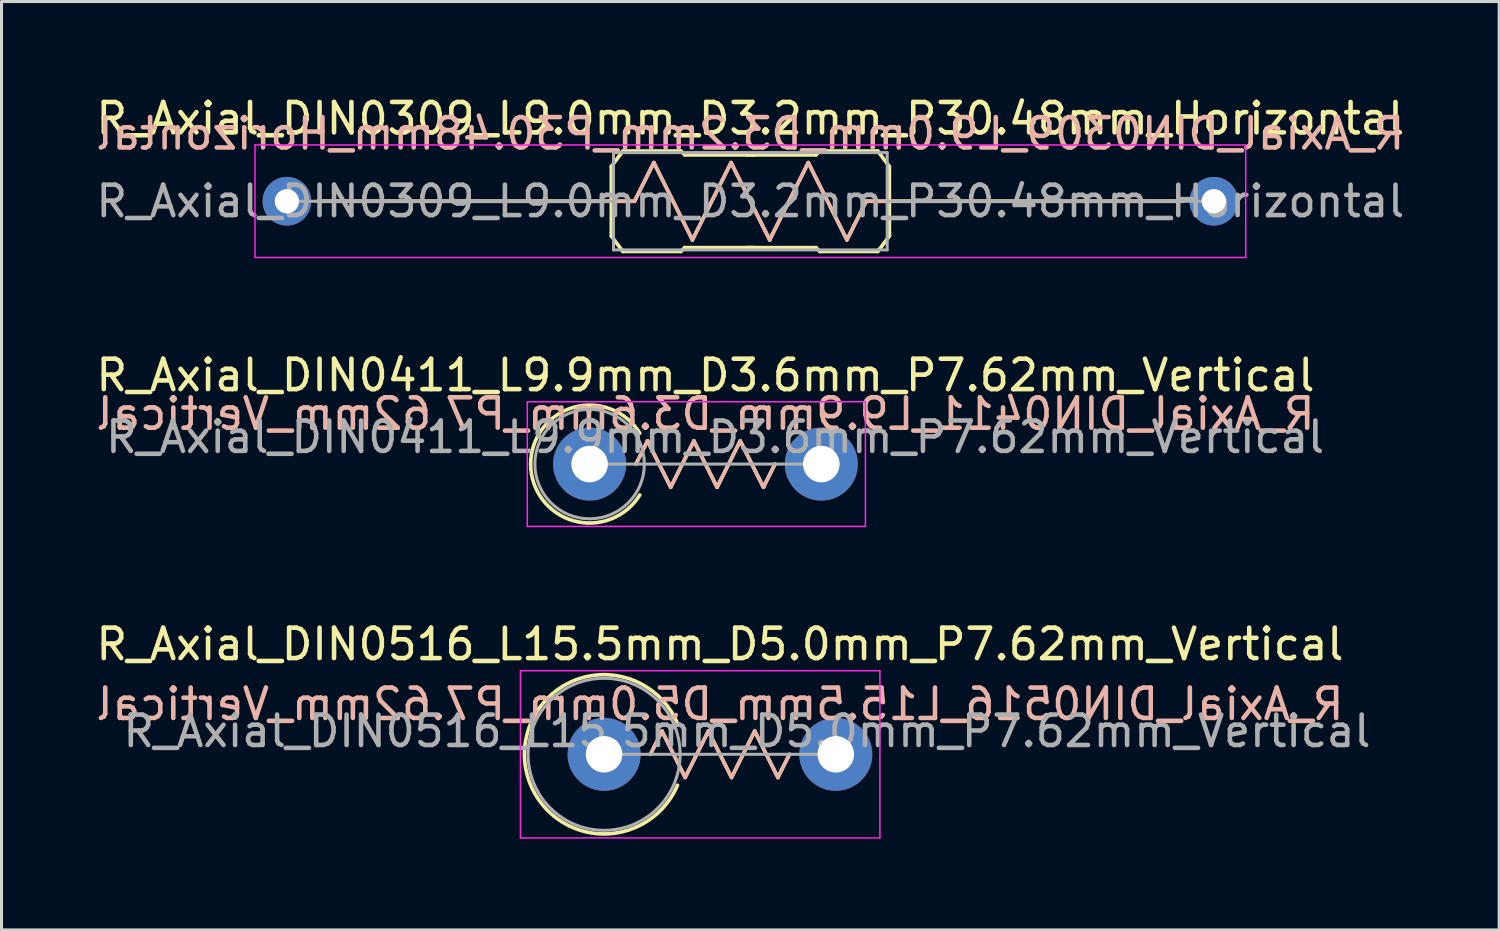
<source format=kicad_pcb>
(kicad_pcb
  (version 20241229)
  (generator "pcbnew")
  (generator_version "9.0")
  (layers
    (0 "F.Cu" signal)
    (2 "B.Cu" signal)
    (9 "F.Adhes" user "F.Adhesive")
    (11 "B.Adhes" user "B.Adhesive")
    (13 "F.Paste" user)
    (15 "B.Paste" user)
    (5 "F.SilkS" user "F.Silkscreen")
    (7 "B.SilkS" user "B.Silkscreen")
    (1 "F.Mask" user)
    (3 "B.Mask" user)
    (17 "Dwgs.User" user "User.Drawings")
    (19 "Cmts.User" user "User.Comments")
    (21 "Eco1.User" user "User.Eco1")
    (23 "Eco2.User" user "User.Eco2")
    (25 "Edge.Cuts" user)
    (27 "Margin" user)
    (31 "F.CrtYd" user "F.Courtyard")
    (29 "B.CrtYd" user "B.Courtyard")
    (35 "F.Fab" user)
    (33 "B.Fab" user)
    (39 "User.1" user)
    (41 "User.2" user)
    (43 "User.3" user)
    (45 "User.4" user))
  (footprint "R_Axial_DIN0516_L15.5mm_D5.0mm_P7.62mm_Vertical"
    (layer "F.Cu")
    (at 16.815 21.755)
    (property "Reference" "R_Axial_DIN0516_L15.5mm_D5.0mm_P7.62mm_Vertical" (at 3.81 -3.62 0) (layer "F.SilkS") (effects (font (size 1 1) (thickness 0.15))))
    (attr through_hole)
    (fp_line (start 1.524 0) (end 1.905 -0.762) (stroke (width 0.12) (type solid)) (layer "F.SilkS"))
    (fp_line (start 1.905 -0.762) (end 2.667 0.762) (stroke (width 0.12) (type solid)) (layer "F.SilkS"))
    (fp_line (start 2.667 0.762) (end 3.429 -0.762) (stroke (width 0.12) (type solid)) (layer "F.SilkS"))
    (fp_line (start 3.429 -0.762) (end 4.191 0.762) (stroke (width 0.12) (type solid)) (layer "F.SilkS"))
    (fp_line (start 4.191 0.762) (end 4.953 -0.762) (stroke (width 0.12) (type solid)) (layer "F.SilkS"))
    (fp_line (start 4.953 -0.762) (end 5.715 0.762) (stroke (width 0.12) (type solid)) (layer "F.SilkS"))
    (fp_line (start 5.715 0.762) (end 6.096 0) (stroke (width 0.12) (type solid)) (layer "F.SilkS"))
    (fp_arc (start 2.413 1.016) (mid -2.618172 0) (end 2.413 -1.016) (stroke (width 0.12) (type solid)) (layer "F.SilkS"))
    (fp_line (start 1.524 0) (end 1.905 -0.762) (stroke (width 0.12) (type solid)) (layer "B.SilkS"))
    (fp_line (start 1.905 -0.762) (end 2.667 0.762) (stroke (width 0.12) (type solid)) (layer "B.SilkS"))
    (fp_line (start 2.667 0.762) (end 3.429 -0.762) (stroke (width 0.12) (type solid)) (layer "B.SilkS"))
    (fp_line (start 3.429 -0.762) (end 4.191 0.762) (stroke (width 0.12) (type solid)) (layer "B.SilkS"))
    (fp_line (start 4.191 0.762) (end 4.953 -0.762) (stroke (width 0.12) (type solid)) (layer "B.SilkS"))
    (fp_line (start 4.953 -0.762) (end 5.715 0.762) (stroke (width 0.12) (type solid)) (layer "B.SilkS"))
    (fp_line (start 5.715 0.762) (end 6.096 0) (stroke (width 0.12) (type solid)) (layer "B.SilkS"))
    (fp_line (start -2.75 -2.75) (end -2.75 2.75) (stroke (width 0.05) (type solid)) (layer "F.CrtYd"))
    (fp_line (start -2.75 2.75) (end 9.07 2.75) (stroke (width 0.05) (type solid)) (layer "F.CrtYd"))
    (fp_line (start 9.07 -2.75) (end -2.75 -2.75) (stroke (width 0.05) (type solid)) (layer "F.CrtYd"))
    (fp_line (start 9.07 2.75) (end 9.07 -2.75) (stroke (width 0.05) (type solid)) (layer "F.CrtYd"))
    (fp_line (start 0 0) (end 7.62 0) (stroke (width 0.1) (type solid)) (layer "F.Fab"))
    (fp_circle (center 0 0) (end 2.5 0) (stroke (width 0.1) (type solid)) (fill no) (layer "F.Fab"))
    (fp_text user "${REFERENCE}" (at 3.81 -1.651 0) (unlocked yes) (layer "B.SilkS") (effects (font (size 1 1) (thickness 0.15)) (justify mirror)))
    (fp_text user "${REFERENCE}" (at 4.699 -0.762 0) (layer "F.Fab") (effects (font (size 1 1) (thickness 0.15))))
    (pad "1" thru_hole circle (at 0 0) (size 2.4 2.4) (drill 1.2) (layers "*.Cu" "*.Mask"))
    (pad "2" thru_hole oval (at 7.62 0) (size 2.4 2.4) (drill 1.2) (layers "*.Cu" "*.Mask")))
  (footprint "R_Axial_DIN0309_L9.0mm_D3.2mm_P30.48mm_Horizontal"
    (layer "F.Cu")
    (at 6.385 3.568)
    (property "Reference" "R_Axial_DIN0309_L9.0mm_D3.2mm_P30.48mm_Horizontal" (at 15.24 -2.72 0) (layer "F.SilkS") (effects (font (size 1 1) (thickness 0.15))))
    (attr through_hole)
    (fp_line (start 10.668 -1.143) (end 11.049 -1.651) (stroke (width 0.12) (type solid)) (layer "F.SilkS"))
    (fp_line (start 10.668 0) (end 1.016 0) (stroke (width 0.12) (type solid)) (layer "F.SilkS"))
    (fp_line (start 10.668 1.143) (end 10.668 -1.143) (stroke (width 0.12) (type solid)) (layer "F.SilkS"))
    (fp_line (start 10.668 1.143) (end 11.049 1.651) (stroke (width 0.12) (type solid)) (layer "F.SilkS"))
    (fp_line (start 11.049 -1.651) (end 12.954 -1.651) (stroke (width 0.12) (type solid)) (layer "F.SilkS"))
    (fp_line (start 11.049 1.651) (end 12.954 1.651) (stroke (width 0.12) (type solid)) (layer "F.SilkS"))
    (fp_line (start 11.43 0) (end 10.668 0) (stroke (width 0.12) (type solid)) (layer "F.SilkS"))
    (fp_line (start 11.43 0) (end 12.065 -1.27) (stroke (width 0.12) (type solid)) (layer "F.SilkS"))
    (fp_line (start 12.065 -1.27) (end 13.335 1.27) (stroke (width 0.12) (type solid)) (layer "F.SilkS"))
    (fp_line (start 12.954 -1.651) (end 13.081 -1.524) (stroke (width 0.12) (type solid)) (layer "F.SilkS"))
    (fp_line (start 12.954 1.651) (end 13.081 1.524) (stroke (width 0.12) (type solid)) (layer "F.SilkS"))
    (fp_line (start 13.081 -1.524) (end 15.367 -1.524) (stroke (width 0.12) (type solid)) (layer "F.SilkS"))
    (fp_line (start 13.081 1.524) (end 15.367 1.524) (stroke (width 0.12) (type solid)) (layer "F.SilkS"))
    (fp_line (start 13.335 1.27) (end 14.605 -1.27) (stroke (width 0.12) (type solid)) (layer "F.SilkS"))
    (fp_line (start 14.605 -1.27) (end 15.875 1.27) (stroke (width 0.12) (type solid)) (layer "F.SilkS"))
    (fp_line (start 15.875 1.27) (end 17.145 -1.27) (stroke (width 0.12) (type solid)) (layer "F.SilkS"))
    (fp_line (start 17.145 -1.27) (end 18.415 1.27) (stroke (width 0.12) (type solid)) (layer "F.SilkS"))
    (fp_line (start 17.399 -1.524) (end 15.113 -1.524) (stroke (width 0.12) (type solid)) (layer "F.SilkS"))
    (fp_line (start 17.399 1.524) (end 15.113 1.524) (stroke (width 0.12) (type solid)) (layer "F.SilkS"))
    (fp_line (start 17.526 -1.651) (end 17.399 -1.524) (stroke (width 0.12) (type solid)) (layer "F.SilkS"))
    (fp_line (start 17.526 1.651) (end 17.399 1.524) (stroke (width 0.12) (type solid)) (layer "F.SilkS"))
    (fp_line (start 18.415 1.27) (end 19.05 0) (stroke (width 0.12) (type solid)) (layer "F.SilkS"))
    (fp_line (start 19.05 0) (end 19.812 0) (stroke (width 0.12) (type solid)) (layer "F.SilkS"))
    (fp_line (start 19.431 -1.651) (end 17.526 -1.651) (stroke (width 0.12) (type solid)) (layer "F.SilkS"))
    (fp_line (start 19.431 1.651) (end 17.526 1.651) (stroke (width 0.12) (type solid)) (layer "F.SilkS"))
    (fp_line (start 19.812 -1.143) (end 19.431 -1.651) (stroke (width 0.12) (type solid)) (layer "F.SilkS"))
    (fp_line (start 19.812 0) (end 29.464 0) (stroke (width 0.12) (type solid)) (layer "F.SilkS"))
    (fp_line (start 19.812 1.143) (end 19.431 1.651) (stroke (width 0.12) (type solid)) (layer "F.SilkS"))
    (fp_line (start 19.812 1.143) (end 19.812 -1.143) (stroke (width 0.12) (type solid)) (layer "F.SilkS"))
    (fp_line (start 1.016 0) (end 11.43 0) (stroke (width 0.12) (type solid)) (layer "B.SilkS"))
    (fp_line (start 11.43 0) (end 12.065 -1.27) (stroke (width 0.12) (type solid)) (layer "B.SilkS"))
    (fp_line (start 12.065 -1.27) (end 13.335 1.27) (stroke (width 0.12) (type solid)) (layer "B.SilkS"))
    (fp_line (start 13.335 1.27) (end 14.605 -1.27) (stroke (width 0.12) (type solid)) (layer "B.SilkS"))
    (fp_line (start 14.605 -1.27) (end 15.875 1.27) (stroke (width 0.12) (type solid)) (layer "B.SilkS"))
    (fp_line (start 15.875 1.27) (end 17.145 -1.27) (stroke (width 0.12) (type solid)) (layer "B.SilkS"))
    (fp_line (start 17.145 -1.27) (end 18.415 1.27) (stroke (width 0.12) (type solid)) (layer "B.SilkS"))
    (fp_line (start 18.415 1.27) (end 19.05 0) (stroke (width 0.12) (type solid)) (layer "B.SilkS"))
    (fp_line (start 19.05 0) (end 29.464 0) (stroke (width 0.12) (type solid)) (layer "B.SilkS"))
    (fp_line (start -1.05 -1.85) (end -1.05 1.85) (stroke (width 0.05) (type solid)) (layer "F.CrtYd"))
    (fp_line (start -1.05 1.85) (end 31.53 1.85) (stroke (width 0.05) (type solid)) (layer "F.CrtYd"))
    (fp_line (start 31.53 -1.85) (end -1.05 -1.85) (stroke (width 0.05) (type solid)) (layer "F.CrtYd"))
    (fp_line (start 31.53 1.85) (end 31.53 -1.85) (stroke (width 0.05) (type solid)) (layer "F.CrtYd"))
    (fp_line (start 0 0) (end 10.74 0) (stroke (width 0.1) (type solid)) (layer "F.Fab"))
    (fp_line (start 10.74 -1.6) (end 10.74 1.6) (stroke (width 0.1) (type solid)) (layer "F.Fab"))
    (fp_line (start 10.74 1.6) (end 19.74 1.6) (stroke (width 0.1) (type solid)) (layer "F.Fab"))
    (fp_line (start 19.74 -1.6) (end 10.74 -1.6) (stroke (width 0.1) (type solid)) (layer "F.Fab"))
    (fp_line (start 19.74 1.6) (end 19.74 -1.6) (stroke (width 0.1) (type solid)) (layer "F.Fab"))
    (fp_line (start 30.48 0) (end 19.74 0) (stroke (width 0.1) (type solid)) (layer "F.Fab"))
    (fp_text user "${REFERENCE}" (at 15.24 -2.223 0) (unlocked yes) (layer "B.SilkS") (effects (font (size 1 1) (thickness 0.15)) (justify mirror)))
    (fp_text user "${REFERENCE}" (at 15.24 0 0) (layer "F.Fab") (effects (font (size 1 1) (thickness 0.15))))
    (pad "1" thru_hole circle (at 0 0) (size 1.6 1.6) (drill 0.8) (layers "*.Cu" "*.Mask"))
    (pad "2" thru_hole oval (at 30.48 0) (size 1.6 1.6) (drill 0.8) (layers "*.Cu" "*.Mask")))
  (footprint "R_Axial_DIN0411_L9.9mm_D3.6mm_P7.62mm_Vertical"
    (layer "F.Cu")
    (at 16.339 12.211)
    (property "Reference" "R_Axial_DIN0411_L9.9mm_D3.6mm_P7.62mm_Vertical" (at 3.81 -2.92 0) (layer "F.SilkS") (effects (font (size 1 1) (thickness 0.15))))
    (attr through_hole)
    (fp_line (start 1.524 0) (end 1.905 -0.762) (stroke (width 0.12) (type solid)) (layer "F.SilkS"))
    (fp_line (start 1.905 -0.762) (end 2.667 0.762) (stroke (width 0.12) (type solid)) (layer "F.SilkS"))
    (fp_line (start 2.667 0.762) (end 3.429 -0.762) (stroke (width 0.12) (type solid)) (layer "F.SilkS"))
    (fp_line (start 3.429 -0.762) (end 4.191 0.762) (stroke (width 0.12) (type solid)) (layer "F.SilkS"))
    (fp_line (start 4.191 0.762) (end 4.953 -0.762) (stroke (width 0.12) (type solid)) (layer "F.SilkS"))
    (fp_line (start 4.953 -0.762) (end 5.715 0.762) (stroke (width 0.12) (type solid)) (layer "F.SilkS"))
    (fp_line (start 5.715 0.762) (end 6.096 0) (stroke (width 0.12) (type solid)) (layer "F.SilkS"))
    (fp_arc (start 1.650999 1.016) (mid -1.93857 0) (end 1.650999 -1.016) (stroke (width 0.12) (type solid)) (layer "F.SilkS"))
    (fp_line (start 1.524 0) (end 1.905 -0.762) (stroke (width 0.12) (type solid)) (layer "B.SilkS"))
    (fp_line (start 1.905 -0.762) (end 2.667 0.762) (stroke (width 0.12) (type solid)) (layer "B.SilkS"))
    (fp_line (start 2.667 0.762) (end 3.429 -0.762) (stroke (width 0.12) (type solid)) (layer "B.SilkS"))
    (fp_line (start 3.429 -0.762) (end 4.191 0.762) (stroke (width 0.12) (type solid)) (layer "B.SilkS"))
    (fp_line (start 4.191 0.762) (end 4.953 -0.762) (stroke (width 0.12) (type solid)) (layer "B.SilkS"))
    (fp_line (start 4.953 -0.762) (end 5.715 0.762) (stroke (width 0.12) (type solid)) (layer "B.SilkS"))
    (fp_line (start 5.715 0.762) (end 6.096 0) (stroke (width 0.12) (type solid)) (layer "B.SilkS"))
    (fp_line (start -2.05 -2.05) (end -2.05 2.05) (stroke (width 0.05) (type solid)) (layer "F.CrtYd"))
    (fp_line (start -2.05 2.05) (end 9.07 2.05) (stroke (width 0.05) (type solid)) (layer "F.CrtYd"))
    (fp_line (start 9.07 -2.05) (end -2.05 -2.05) (stroke (width 0.05) (type solid)) (layer "F.CrtYd"))
    (fp_line (start 9.07 2.05) (end 9.07 -2.05) (stroke (width 0.05) (type solid)) (layer "F.CrtYd"))
    (fp_line (start 0 0) (end 7.62 0) (stroke (width 0.1) (type solid)) (layer "F.Fab"))
    (fp_circle (center 0 0) (end 1.8 0) (stroke (width 0.1) (type solid)) (fill no) (layer "F.Fab"))
    (fp_text user "${REFERENCE}" (at 3.81 -1.651 0) (unlocked yes) (layer "B.SilkS") (effects (font (size 1 1) (thickness 0.15)) (justify mirror)))
    (fp_text user "${REFERENCE}" (at 4.128 -0.889 0) (layer "F.Fab") (effects (font (size 1 1) (thickness 0.15))))
    (pad "1" thru_hole circle (at 0 0) (size 2.4 2.4) (drill 1.2) (layers "*.Cu" "*.Mask"))
    (pad "2" thru_hole oval (at 7.62 0) (size 2.4 2.4) (drill 1.2) (layers "*.Cu" "*.Mask")))
  (gr_rect
    (start -3 -3)
    (end 46.25 27.53)
    (stroke (width 0.1) (type default))
    (fill no)
    (layer "Edge.Cuts")))
</source>
